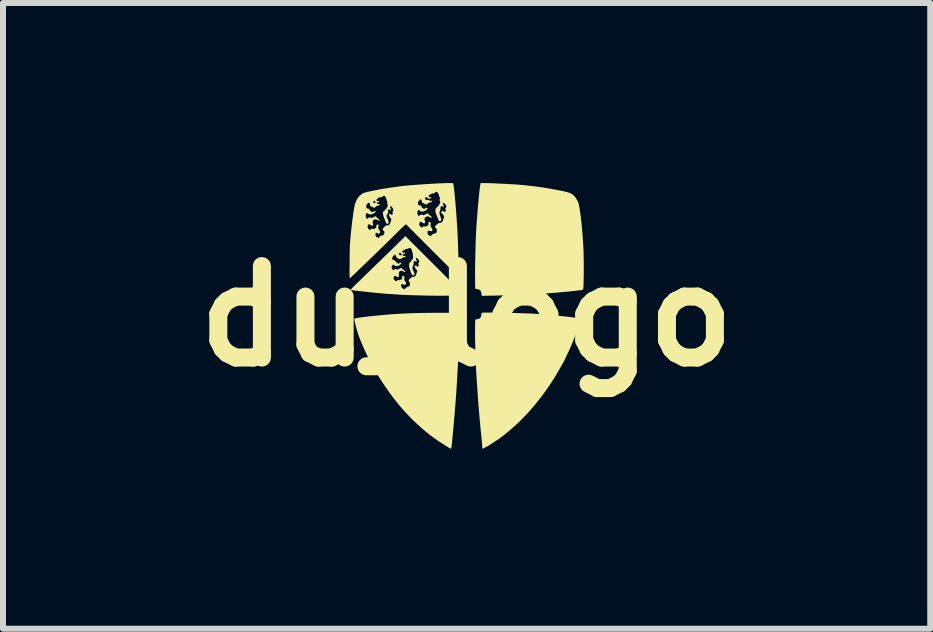
<source format=kicad_pcb>
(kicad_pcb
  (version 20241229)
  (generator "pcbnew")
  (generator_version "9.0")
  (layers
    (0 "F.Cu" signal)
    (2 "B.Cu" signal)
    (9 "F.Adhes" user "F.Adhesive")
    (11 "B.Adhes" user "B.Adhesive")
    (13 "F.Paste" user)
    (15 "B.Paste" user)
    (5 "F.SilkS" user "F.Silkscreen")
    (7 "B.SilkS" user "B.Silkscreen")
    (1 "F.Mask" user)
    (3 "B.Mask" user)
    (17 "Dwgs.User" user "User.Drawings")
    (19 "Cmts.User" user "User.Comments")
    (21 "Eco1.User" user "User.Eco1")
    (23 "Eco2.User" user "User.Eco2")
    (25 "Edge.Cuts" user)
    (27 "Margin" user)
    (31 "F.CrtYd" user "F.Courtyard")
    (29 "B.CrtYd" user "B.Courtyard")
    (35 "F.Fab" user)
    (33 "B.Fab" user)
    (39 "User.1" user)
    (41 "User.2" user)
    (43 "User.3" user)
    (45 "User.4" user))
  (footprint "du_logo"
    (layer "F.Cu")
    (at 4.724 2.218)
    (property "Reference" "du_logo" (at 0 0 0) (layer "F.SilkS") (effects (font (size 1.524 1.524) (thickness 0.3))))
    (attr board_only exclude_from_pos_files exclude_from_bom)
    (fp_poly (pts (xy -0.237 -0.015) (xy -0.231 0.008) (xy -0.225 0.027) (xy -0.221 0.035) (xy -0.21 0.041) (xy -0.191 0.047) (xy -0.175 0.05) (xy -0.137 0.057) (xy -0.137 0.367) (xy -0.138 0.437) (xy -0.138 0.508) (xy -0.139 0.579) (xy -0.141 0.647) (xy -0.142 0.71) (xy -0.143 0.764) (xy -0.145 0.809) (xy -0.146 0.827) (xy -0.158 1.047) (xy -0.171 1.258) (xy -0.186 1.464) (xy -0.203 1.668) (xy -0.221 1.876) (xy -0.227 1.941) (xy -0.234 2.007) (xy -0.239 2.062) (xy -0.243 2.105) (xy -0.247 2.139) (xy -0.25 2.164) (xy -0.253 2.183) (xy -0.255 2.195) (xy -0.258 2.202) (xy -0.26 2.206) (xy -0.263 2.207) (xy -0.265 2.207) (xy -0.273 2.204) (xy -0.289 2.195) (xy -0.311 2.182) (xy -0.333 2.168) (xy -0.482 2.073) (xy -0.623 1.97) (xy -0.758 1.858) (xy -0.89 1.736) (xy -1.019 1.602) (xy -1.068 1.547) (xy -1.144 1.458) (xy -1.218 1.364) (xy -1.292 1.264) (xy -1.368 1.154) (xy -1.415 1.084) (xy -1.433 1.055) (xy -1.456 1.018) (xy -1.482 0.975) (xy -1.509 0.929) (xy -1.536 0.882) (xy -1.562 0.837) (xy -1.586 0.794) (xy -1.607 0.757) (xy -1.622 0.727) (xy -1.631 0.71) (xy -1.642 0.687) (xy -1.656 0.656) (xy -1.672 0.623) (xy -1.681 0.603) (xy -1.702 0.557) (xy -1.725 0.505) (xy -1.749 0.45) (xy -1.77 0.397) (xy -1.789 0.35) (xy -1.796 0.33) (xy -1.805 0.304) (xy -1.815 0.271) (xy -1.826 0.234) (xy -1.837 0.195) (xy -1.848 0.156) (xy -1.857 0.12) (xy -1.864 0.088) (xy -1.87 0.063) (xy -1.872 0.048) (xy -1.872 0.045) (xy -1.863 0.039) (xy -1.842 0.033) (xy -1.807 0.027) (xy -1.759 0.019) (xy -1.698 0.012) (xy -1.624 0.003) (xy -1.537 -0.006) (xy -1.436 -0.015) (xy -1.42 -0.017) (xy -1.309 -0.027) (xy -1.203 -0.035) (xy -1.102 -0.041) (xy -1.001 -0.046) (xy -0.899 -0.05) (xy -0.791 -0.053) (xy -0.676 -0.055) (xy -0.557 -0.056) (xy -0.244 -0.057)) (stroke (width 0) (type solid)) (fill yes) (layer "F.SilkS"))
    (fp_poly (pts (xy 0.292 -2.218) (xy 0.332 -2.218) (xy 0.379 -2.216) (xy 0.432 -2.214) (xy 0.49 -2.212) (xy 0.551 -2.209) (xy 0.613 -2.206) (xy 0.676 -2.203) (xy 0.738 -2.199) (xy 0.797 -2.196) (xy 0.853 -2.192) (xy 0.902 -2.188) (xy 0.945 -2.185) (xy 0.979 -2.181) (xy 0.984 -2.181) (xy 1.011 -2.177) (xy 1.048 -2.173) (xy 1.088 -2.168) (xy 1.127 -2.164) (xy 1.193 -2.155) (xy 1.256 -2.147) (xy 1.32 -2.137) (xy 1.389 -2.125) (xy 1.454 -2.113) (xy 1.523 -2.1) (xy 1.581 -2.089) (xy 1.629 -2.079) (xy 1.667 -2.069) (xy 1.699 -2.06) (xy 1.724 -2.051) (xy 1.745 -2.041) (xy 1.762 -2.03) (xy 1.778 -2.018) (xy 1.782 -2.015) (xy 1.8 -1.995) (xy 1.821 -1.967) (xy 1.84 -1.935) (xy 1.856 -1.905) (xy 1.859 -1.897) (xy 1.867 -1.869) (xy 1.876 -1.83) (xy 1.885 -1.779) (xy 1.894 -1.719) (xy 1.903 -1.651) (xy 1.911 -1.576) (xy 1.92 -1.496) (xy 1.927 -1.411) (xy 1.934 -1.323) (xy 1.94 -1.234) (xy 1.946 -1.145) (xy 1.948 -1.097) (xy 1.949 -1.057) (xy 1.95 -1.009) (xy 1.951 -0.956) (xy 1.952 -0.898) (xy 1.952 -0.838) (xy 1.952 -0.777) (xy 1.952 -0.717) (xy 1.951 -0.659) (xy 1.95 -0.605) (xy 1.949 -0.557) (xy 1.948 -0.516) (xy 1.946 -0.484) (xy 1.945 -0.463) (xy 1.943 -0.455) (xy 1.936 -0.442) (xy 1.928 -0.437) (xy 1.919 -0.436) (xy 1.898 -0.433) (xy 1.868 -0.429) (xy 1.83 -0.425) (xy 1.788 -0.42) (xy 1.76 -0.417) (xy 1.705 -0.411) (xy 1.655 -0.406) (xy 1.607 -0.402) (xy 1.56 -0.398) (xy 1.51 -0.393) (xy 1.454 -0.389) (xy 1.39 -0.384) (xy 1.347 -0.38) (xy 1.309 -0.378) (xy 1.259 -0.375) (xy 1.199 -0.371) (xy 1.131 -0.368) (xy 1.058 -0.365) (xy 0.98 -0.361) (xy 0.899 -0.358) (xy 0.818 -0.355) (xy 0.737 -0.352) (xy 0.66 -0.349) (xy 0.587 -0.346) (xy 0.52 -0.344) (xy 0.462 -0.343) (xy 0.462 -0.343) (xy 0.254 -0.339) (xy 0.251 -0.354) (xy 0.247 -0.372) (xy 0.244 -0.393) (xy 0.244 -0.393) (xy 0.237 -0.418) (xy 0.224 -0.435) (xy 0.202 -0.445) (xy 0.182 -0.45) (xy 0.143 -0.458) (xy 0.141 -0.684) (xy 0.141 -0.748) (xy 0.142 -0.822) (xy 0.143 -0.902) (xy 0.145 -0.987) (xy 0.147 -1.075) (xy 0.149 -1.164) (xy 0.152 -1.25) (xy 0.155 -1.333) (xy 0.159 -1.409) (xy 0.162 -1.477) (xy 0.166 -1.535) (xy 0.167 -1.547) (xy 0.174 -1.635) (xy 0.18 -1.711) (xy 0.185 -1.778) (xy 0.19 -1.837) (xy 0.195 -1.892) (xy 0.2 -1.943) (xy 0.204 -1.993) (xy 0.21 -2.043) (xy 0.211 -2.054) (xy 0.216 -2.098) (xy 0.221 -2.138) (xy 0.225 -2.172) (xy 0.229 -2.197) (xy 0.232 -2.213) (xy 0.233 -2.216) (xy 0.242 -2.218) (xy 0.262 -2.218)) (stroke (width 0) (type solid)) (fill yes) (layer "F.SilkS"))
    (fp_poly (pts (xy 0.384 -0.06) (xy 0.435 -0.059) (xy 0.498 -0.059) (xy 0.572 -0.058) (xy 0.579 -0.058) (xy 0.717 -0.055) (xy 0.844 -0.052) (xy 0.961 -0.048) (xy 1.068 -0.044) (xy 1.168 -0.038) (xy 1.262 -0.032) (xy 1.352 -0.024) (xy 1.397 -0.02) (xy 1.429 -0.017) (xy 1.47 -0.013) (xy 1.514 -0.009) (xy 1.557 -0.004) (xy 1.565 -0.003) (xy 1.624 0.003) (xy 1.681 0.009) (xy 1.734 0.015) (xy 1.781 0.021) (xy 1.821 0.027) (xy 1.852 0.032) (xy 1.873 0.036) (xy 1.882 0.039) (xy 1.883 0.039) (xy 1.884 0.048) (xy 1.881 0.068) (xy 1.876 0.095) (xy 1.868 0.128) (xy 1.858 0.165) (xy 1.848 0.203) (xy 1.837 0.237) (xy 1.828 0.267) (xy 1.818 0.298) (xy 1.811 0.32) (xy 1.802 0.346) (xy 1.788 0.382) (xy 1.771 0.424) (xy 1.752 0.469) (xy 1.733 0.515) (xy 1.713 0.558) (xy 1.696 0.596) (xy 1.687 0.613) (xy 1.672 0.645) (xy 1.657 0.676) (xy 1.645 0.703) (xy 1.64 0.714) (xy 1.628 0.74) (xy 1.613 0.768) (xy 1.606 0.78) (xy 1.593 0.803) (xy 1.577 0.83) (xy 1.566 0.851) (xy 1.472 1.012) (xy 1.368 1.172) (xy 1.257 1.327) (xy 1.139 1.476) (xy 1.016 1.617) (xy 0.891 1.746) (xy 0.86 1.776) (xy 0.824 1.81) (xy 0.781 1.848) (xy 0.736 1.887) (xy 0.69 1.926) (xy 0.644 1.963) (xy 0.603 1.996) (xy 0.567 2.024) (xy 0.547 2.038) (xy 0.528 2.051) (xy 0.503 2.068) (xy 0.475 2.086) (xy 0.448 2.104) (xy 0.425 2.119) (xy 0.409 2.129) (xy 0.408 2.131) (xy 0.382 2.147) (xy 0.356 2.162) (xy 0.333 2.175) (xy 0.316 2.184) (xy 0.307 2.187) (xy 0.307 2.187) (xy 0.299 2.192) (xy 0.293 2.197) (xy 0.28 2.206) (xy 0.267 2.205) (xy 0.265 2.203) (xy 0.262 2.194) (xy 0.26 2.177) (xy 0.26 2.17) (xy 0.259 2.155) (xy 0.257 2.129) (xy 0.255 2.095) (xy 0.251 2.056) (xy 0.247 2.02) (xy 0.239 1.937) (xy 0.23 1.848) (xy 0.221 1.752) (xy 0.212 1.645) (xy 0.204 1.554) (xy 0.201 1.523) (xy 0.199 1.491) (xy 0.196 1.458) (xy 0.193 1.421) (xy 0.19 1.38) (xy 0.187 1.332) (xy 0.183 1.277) (xy 0.179 1.213) (xy 0.174 1.138) (xy 0.168 1.052) (xy 0.167 1.037) (xy 0.162 0.958) (xy 0.157 0.871) (xy 0.153 0.779) (xy 0.15 0.684) (xy 0.147 0.59) (xy 0.144 0.498) (xy 0.142 0.412) (xy 0.141 0.333) (xy 0.141 0.265) (xy 0.141 0.253) (xy 0.143 0.057) (xy 0.182 0.049) (xy 0.21 0.041) (xy 0.228 0.03) (xy 0.238 0.012) (xy 0.244 -0.013) (xy 0.247 -0.034) (xy 0.25 -0.049) (xy 0.251 -0.053) (xy 0.253 -0.055) (xy 0.259 -0.057) (xy 0.27 -0.058) (xy 0.287 -0.059) (xy 0.311 -0.06) (xy 0.343 -0.06)) (stroke (width 0) (type solid)) (fill yes) (layer "F.SilkS"))
    (fp_poly (pts (xy -0.583 -0.897) (xy -0.517 -0.832) (xy -0.455 -0.769) (xy -0.397 -0.711) (xy -0.343 -0.657) (xy -0.295 -0.608) (xy -0.253 -0.564) (xy -0.217 -0.527) (xy -0.188 -0.497) (xy -0.167 -0.474) (xy -0.154 -0.46) (xy -0.15 -0.454) (xy -0.15 -0.454) (xy -0.159 -0.449) (xy -0.175 -0.447) (xy -0.18 -0.447) (xy -0.206 -0.442) (xy -0.223 -0.429) (xy -0.234 -0.404) (xy -0.237 -0.389) (xy -0.24 -0.368) (xy -0.243 -0.353) (xy -0.244 -0.348) (xy -0.251 -0.346) (xy -0.27 -0.344) (xy -0.301 -0.343) (xy -0.342 -0.342) (xy -0.392 -0.341) (xy -0.45 -0.341) (xy -0.514 -0.341) (xy -0.585 -0.342) (xy -0.66 -0.343) (xy -0.738 -0.345) (xy -0.82 -0.347) (xy -0.834 -0.347) (xy -0.888 -0.349) (xy -0.946 -0.351) (xy -1.003 -0.353) (xy -1.056 -0.356) (xy -1.101 -0.358) (xy -1.117 -0.359) (xy -1.16 -0.362) (xy -1.204 -0.365) (xy -1.244 -0.368) (xy -1.278 -0.37) (xy -1.29 -0.37) (xy -1.336 -0.373) (xy -1.388 -0.378) (xy -1.448 -0.383) (xy -1.515 -0.389) (xy -1.592 -0.397) (xy -1.679 -0.407) (xy -1.777 -0.417) (xy -1.869 -0.428) (xy -1.896 -0.432) (xy -1.918 -0.435) (xy -1.931 -0.439) (xy -1.934 -0.44) (xy -1.929 -0.446) (xy -1.916 -0.46) (xy -1.895 -0.481) (xy -1.868 -0.508) (xy -1.835 -0.541) (xy -1.797 -0.577) (xy -1.756 -0.617) (xy -1.739 -0.634) (xy -1.692 -0.679) (xy -1.645 -0.725) (xy -1.599 -0.77) (xy -1.555 -0.812) (xy -1.549 -0.818) (xy -1.25 -0.818) (xy -1.25 -0.806) (xy -1.243 -0.791) (xy -1.242 -0.789) (xy -1.229 -0.772) (xy -1.215 -0.767) (xy -1.201 -0.776) (xy -1.2 -0.777) (xy -1.186 -0.786) (xy -1.169 -0.784) (xy -1.162 -0.779) (xy -1.15 -0.777) (xy -1.131 -0.783) (xy -1.105 -0.798) (xy -1.098 -0.802) (xy -1.088 -0.806) (xy -1.08 -0.8) (xy -1.079 -0.798) (xy -1.07 -0.788) (xy -1.054 -0.775) (xy -1.047 -0.77) (xy -1.031 -0.758) (xy -1.021 -0.747) (xy -1.02 -0.743) (xy -1.023 -0.735) (xy -1.025 -0.735) (xy -1.034 -0.738) (xy -1.051 -0.745) (xy -1.062 -0.75) (xy -1.081 -0.757) (xy -1.093 -0.759) (xy -1.102 -0.756) (xy -1.112 -0.749) (xy -1.122 -0.74) (xy -1.127 -0.73) (xy -1.129 -0.715) (xy -1.128 -0.694) (xy -1.129 -0.667) (xy -1.134 -0.652) (xy -1.143 -0.649) (xy -1.159 -0.656) (xy -1.166 -0.66) (xy -1.186 -0.671) (xy -1.201 -0.67) (xy -1.211 -0.657) (xy -1.215 -0.645) (xy -1.217 -0.627) (xy -1.214 -0.615) (xy -1.202 -0.602) (xy -1.2 -0.6) (xy -1.185 -0.586) (xy -1.175 -0.581) (xy -1.167 -0.585) (xy -1.156 -0.594) (xy -1.143 -0.603) (xy -1.132 -0.603) (xy -1.128 -0.601) (xy -1.116 -0.597) (xy -1.107 -0.604) (xy -1.093 -0.612) (xy -1.086 -0.613) (xy -1.077 -0.616) (xy -1.075 -0.625) (xy -1.075 -0.638) (xy -1.073 -0.658) (xy -1.065 -0.67) (xy -1.053 -0.672) (xy -1.044 -0.667) (xy -1.037 -0.657) (xy -1.036 -0.641) (xy -1.037 -0.63) (xy -1.039 -0.61) (xy -1.034 -0.595) (xy -1.024 -0.582) (xy -1.01 -0.56) (xy -1.008 -0.542) (xy -1.018 -0.529) (xy -1.023 -0.526) (xy -1.038 -0.522) (xy -1.054 -0.529) (xy -1.055 -0.529) (xy -1.068 -0.536) (xy -1.078 -0.534) (xy -1.084 -0.531) (xy -1.092 -0.522) (xy -1.092 -0.512) (xy -1.088 -0.504) (xy -1.084 -0.489) (xy -1.084 -0.48) (xy -1.081 -0.473) (xy -1.071 -0.467) (xy -1.057 -0.46) (xy -1.051 -0.454) (xy -1.041 -0.447) (xy -1.027 -0.453) (xy -1.015 -0.467) (xy -1 -0.481) (xy -0.986 -0.487) (xy -0.985 -0.487) (xy -0.965 -0.493) (xy -0.95 -0.508) (xy -0.942 -0.528) (xy -0.942 -0.549) (xy -0.951 -0.568) (xy -0.953 -0.57) (xy -0.964 -0.583) (xy -0.965 -0.597) (xy -0.956 -0.613) (xy -0.942 -0.628) (xy -0.924 -0.644) (xy -0.908 -0.652) (xy -0.893 -0.654) (xy -0.87 -0.658) (xy -0.852 -0.673) (xy -0.839 -0.7) (xy -0.836 -0.709) (xy -0.83 -0.73) (xy -0.824 -0.749) (xy -0.823 -0.752) (xy -0.822 -0.765) (xy -0.83 -0.771) (xy -0.833 -0.771) (xy -0.844 -0.78) (xy -0.847 -0.788) (xy -0.851 -0.8) (xy -0.857 -0.804) (xy -0.865 -0.814) (xy -0.866 -0.828) (xy -0.859 -0.839) (xy -0.846 -0.846) (xy -0.835 -0.842) (xy -0.832 -0.834) (xy -0.825 -0.822) (xy -0.815 -0.823) (xy -0.803 -0.836) (xy -0.797 -0.85) (xy -0.799 -0.862) (xy -0.801 -0.866) (xy -0.806 -0.878) (xy -0.801 -0.889) (xy -0.798 -0.892) (xy -0.789 -0.907) (xy -0.789 -0.923) (xy -0.801 -0.942) (xy -0.808 -0.95) (xy -0.826 -0.967) (xy -0.839 -0.973) (xy -0.846 -0.968) (xy -0.845 -0.955) (xy -0.836 -0.933) (xy -0.828 -0.917) (xy -0.831 -0.909) (xy -0.843 -0.91) (xy -0.85 -0.914) (xy -0.864 -0.919) (xy -0.873 -0.916) (xy -0.878 -0.912) (xy -0.886 -0.9) (xy -0.882 -0.886) (xy -0.88 -0.873) (xy -0.883 -0.858) (xy -0.891 -0.841) (xy -0.901 -0.82) (xy -0.903 -0.8) (xy -0.898 -0.779) (xy -0.885 -0.752) (xy -0.883 -0.748) (xy -0.871 -0.723) (xy -0.868 -0.705) (xy -0.873 -0.692) (xy -0.879 -0.685) (xy -0.89 -0.677) (xy -0.9 -0.681) (xy -0.902 -0.682) (xy -0.911 -0.694) (xy -0.922 -0.716) (xy -0.934 -0.745) (xy -0.944 -0.776) (xy -0.953 -0.806) (xy -0.958 -0.832) (xy -0.958 -0.837) (xy -0.959 -0.86) (xy -0.958 -0.875) (xy -0.951 -0.887) (xy -0.937 -0.903) (xy -0.934 -0.906) (xy -0.907 -0.939) (xy -0.893 -0.966) (xy -0.89 -0.988) (xy -0.892 -0.997) (xy -0.897 -1.016) (xy -0.896 -1.033) (xy -0.896 -1.048) (xy -0.9 -1.057) (xy -0.905 -1.066) (xy -0.907 -1.077) (xy -0.912 -1.104) (xy -0.926 -1.125) (xy -0.938 -1.134) (xy -0.951 -1.139) (xy -0.962 -1.135) (xy -0.966 -1.131) (xy -0.981 -1.123) (xy -0.999 -1.12) (xy -1.015 -1.118) (xy -1.024 -1.113) (xy -1.024 -1.113) (xy -1.033 -1.106) (xy -1.048 -1.097) (xy -1.051 -1.096) (xy -1.067 -1.088) (xy -1.073 -1.079) (xy -1.07 -1.066) (xy -1.07 -1.064) (xy -1.062 -1.057) (xy -1.046 -1.058) (xy -1.033 -1.059) (xy -1.027 -1.054) (xy -1.027 -1.048) (xy -1.029 -1.038) (xy -1.039 -1.034) (xy -1.05 -1.034) (xy -1.074 -1.034) (xy -1.063 -1.017) (xy -1.052 -1.005) (xy -1.039 -1.003) (xy -1.033 -1.004) (xy -1.019 -1.005) (xy -1.014 -1.002) (xy -1.014 -1.002) (xy -1.02 -0.99) (xy -1.034 -0.982) (xy -1.047 -0.98) (xy -1.064 -0.976) (xy -1.082 -0.965) (xy -1.084 -0.963) (xy -1.099 -0.952) (xy -1.115 -0.95) (xy -1.134 -0.956) (xy -1.151 -0.966) (xy -1.17 -0.984) (xy -1.176 -1) (xy -1.182 -1.015) (xy -1.191 -1.024) (xy -1.2 -1.027) (xy -1.206 -1.021) (xy -1.212 -1.011) (xy -1.224 -0.998) (xy -1.225 -0.998) (xy -1.237 -0.981) (xy -1.239 -0.962) (xy -1.239 -0.96) (xy -1.236 -0.944) (xy -1.228 -0.937) (xy -1.215 -0.935) (xy -1.197 -0.93) (xy -1.189 -0.921) (xy -1.181 -0.909) (xy -1.167 -0.894) (xy -1.152 -0.881) (xy -1.14 -0.874) (xy -1.137 -0.874) (xy -1.126 -0.878) (xy -1.12 -0.884) (xy -1.109 -0.891) (xy -1.096 -0.893) (xy -1.088 -0.889) (xy -1.087 -0.885) (xy -1.092 -0.873) (xy -1.106 -0.859) (xy -1.123 -0.846) (xy -1.132 -0.841) (xy -1.158 -0.834) (xy -1.185 -0.837) (xy -1.205 -0.847) (xy -1.221 -0.857) (xy -1.23 -0.858) (xy -1.238 -0.847) (xy -1.244 -0.835) (xy -1.25 -0.818) (xy -1.549 -0.818) (xy -1.516 -0.85) (xy -1.483 -0.882) (xy -1.458 -0.906) (xy -1.457 -0.907) (xy -1.422 -0.941) (xy -1.381 -0.981) (xy -1.339 -1.022) (xy -1.324 -1.036) (xy -1.127 -1.036) (xy -1.124 -1.023) (xy -1.116 -1.016) (xy -1.101 -1.014) (xy -1.088 -1.016) (xy -1.084 -1.02) (xy -1.084 -1.031) (xy -1.091 -1.044) (xy -1.102 -1.055) (xy -1.113 -1.059) (xy -1.113 -1.059) (xy -1.123 -1.051) (xy -1.127 -1.036) (xy -1.324 -1.036) (xy -1.298 -1.062) (xy -1.275 -1.084) (xy -1.238 -1.12) (xy -1.198 -1.159) (xy -1.157 -1.199) (xy -1.121 -1.235) (xy -1.1 -1.255) (xy -1.02 -1.334)) (stroke (width 0) (type solid)) (fill yes) (layer "F.SilkS"))
    (fp_poly (pts (xy -0.249 -2.218) (xy -0.23 -2.216) (xy -0.225 -2.215) (xy -0.222 -2.205) (xy -0.218 -2.184) (xy -0.213 -2.152) (xy -0.208 -2.11) (xy -0.202 -2.06) (xy -0.197 -2.003) (xy -0.191 -1.94) (xy -0.185 -1.873) (xy -0.179 -1.802) (xy -0.173 -1.729) (xy -0.168 -1.655) (xy -0.163 -1.581) (xy -0.158 -1.51) (xy -0.154 -1.441) (xy -0.153 -1.424) (xy -0.15 -1.362) (xy -0.147 -1.297) (xy -0.145 -1.229) (xy -0.142 -1.16) (xy -0.14 -1.09) (xy -0.138 -1.021) (xy -0.136 -0.955) (xy -0.135 -0.892) (xy -0.134 -0.834) (xy -0.133 -0.783) (xy -0.133 -0.738) (xy -0.133 -0.703) (xy -0.134 -0.677) (xy -0.135 -0.663) (xy -0.136 -0.66) (xy -0.141 -0.665) (xy -0.155 -0.678) (xy -0.176 -0.699) (xy -0.205 -0.727) (xy -0.239 -0.761) (xy -0.279 -0.801) (xy -0.323 -0.845) (xy -0.371 -0.893) (xy -0.422 -0.943) (xy -0.475 -0.996) (xy -0.529 -1.05) (xy -0.584 -1.105) (xy -0.638 -1.159) (xy -0.691 -1.212) (xy -0.742 -1.263) (xy -0.789 -1.311) (xy -0.834 -1.355) (xy -0.873 -1.395) (xy -0.908 -1.43) (xy -0.936 -1.458) (xy -0.957 -1.48) (xy -0.97 -1.493) (xy -0.975 -1.498) (xy -0.989 -1.514) (xy -1.002 -1.526) (xy -1.007 -1.53) (xy -1.015 -1.528) (xy -1.031 -1.515) (xy -1.056 -1.493) (xy -1.09 -1.461) (xy -1.115 -1.436) (xy -1.164 -1.388) (xy -1.208 -1.344) (xy -1.247 -1.305) (xy -1.284 -1.269) (xy -1.32 -1.234) (xy -1.356 -1.199) (xy -1.393 -1.162) (xy -1.433 -1.124) (xy -1.477 -1.081) (xy -1.526 -1.033) (xy -1.582 -0.979) (xy -1.647 -0.916) (xy -1.651 -0.912) (xy -1.703 -0.862) (xy -1.752 -0.815) (xy -1.797 -0.772) (xy -1.837 -0.733) (xy -1.872 -0.699) (xy -1.901 -0.672) (xy -1.923 -0.651) (xy -1.937 -0.638) (xy -1.942 -0.633) (xy -1.948 -0.636) (xy -1.949 -0.644) (xy -1.949 -0.663) (xy -1.95 -0.692) (xy -1.95 -0.729) (xy -1.95 -0.772) (xy -1.95 -0.821) (xy -1.949 -0.873) (xy -1.949 -0.926) (xy -1.949 -0.979) (xy -1.948 -1.03) (xy -1.947 -1.078) (xy -1.946 -1.12) (xy -1.945 -1.156) (xy -1.945 -1.183) (xy -1.944 -1.194) (xy -1.939 -1.257) (xy -1.933 -1.325) (xy -1.926 -1.397) (xy -1.918 -1.471) (xy -1.91 -1.544) (xy -1.901 -1.615) (xy -1.892 -1.678) (xy -1.683 -1.678) (xy -1.682 -1.661) (xy -1.674 -1.641) (xy -1.662 -1.621) (xy -1.656 -1.623) (xy -1.644 -1.63) (xy -1.641 -1.633) (xy -1.623 -1.644) (xy -1.611 -1.646) (xy -1.597 -1.641) (xy -1.594 -1.639) (xy -1.582 -1.634) (xy -1.573 -1.639) (xy -1.559 -1.646) (xy -1.552 -1.647) (xy -1.54 -1.652) (xy -1.536 -1.657) (xy -1.528 -1.666) (xy -1.516 -1.663) (xy -1.499 -1.649) (xy -1.483 -1.633) (xy -1.465 -1.619) (xy -1.465 -1.618) (xy -1.45 -1.606) (xy -1.447 -1.597) (xy -1.454 -1.594) (xy -1.469 -1.597) (xy -1.485 -1.604) (xy -1.512 -1.613) (xy -1.535 -1.612) (xy -1.553 -1.601) (xy -1.564 -1.583) (xy -1.564 -1.561) (xy -1.56 -1.536) (xy -1.559 -1.521) (xy -1.561 -1.513) (xy -1.566 -1.509) (xy -1.57 -1.508) (xy -1.583 -1.51) (xy -1.6 -1.519) (xy -1.602 -1.52) (xy -1.621 -1.531) (xy -1.635 -1.53) (xy -1.644 -1.517) (xy -1.648 -1.502) (xy -1.65 -1.483) (xy -1.646 -1.47) (xy -1.635 -1.455) (xy -1.633 -1.453) (xy -1.613 -1.432) (xy -1.598 -1.446) (xy -1.579 -1.459) (xy -1.563 -1.458) (xy -1.555 -1.452) (xy -1.546 -1.448) (xy -1.538 -1.455) (xy -1.538 -1.455) (xy -1.526 -1.465) (xy -1.518 -1.467) (xy -1.511 -1.468) (xy -1.507 -1.474) (xy -1.505 -1.487) (xy -1.504 -1.504) (xy -1.502 -1.518) (xy -1.492 -1.525) (xy -1.485 -1.526) (xy -1.466 -1.528) (xy -1.47 -1.495) (xy -1.472 -1.473) (xy -1.47 -1.458) (xy -1.461 -1.443) (xy -1.458 -1.438) (xy -1.444 -1.414) (xy -1.442 -1.394) (xy -1.451 -1.38) (xy -1.46 -1.375) (xy -1.472 -1.377) (xy -1.484 -1.382) (xy -1.499 -1.389) (xy -1.508 -1.388) (xy -1.514 -1.384) (xy -1.519 -1.37) (xy -1.518 -1.353) (xy -1.514 -1.335) (xy -1.507 -1.323) (xy -1.501 -1.32) (xy -1.486 -1.316) (xy -1.481 -1.31) (xy -1.469 -1.305) (xy -1.456 -1.31) (xy -1.446 -1.322) (xy -1.444 -1.327) (xy -1.434 -1.338) (xy -1.422 -1.341) (xy -1.395 -1.346) (xy -1.378 -1.36) (xy -1.37 -1.383) (xy -1.37 -1.386) (xy -1.369 -1.405) (xy -1.374 -1.416) (xy -1.384 -1.424) (xy -1.396 -1.435) (xy -1.399 -1.447) (xy -1.392 -1.462) (xy -1.375 -1.482) (xy -1.367 -1.489) (xy -1.348 -1.506) (xy -1.336 -1.515) (xy -1.328 -1.516) (xy -1.324 -1.514) (xy -1.311 -1.51) (xy -1.296 -1.518) (xy -1.281 -1.535) (xy -1.269 -1.559) (xy -1.265 -1.57) (xy -1.257 -1.597) (xy -1.254 -1.614) (xy -1.256 -1.625) (xy -1.261 -1.631) (xy -1.262 -1.632) (xy -1.275 -1.645) (xy -1.286 -1.664) (xy -1.293 -1.682) (xy -1.294 -1.687) (xy -1.289 -1.701) (xy -1.278 -1.706) (xy -1.266 -1.7) (xy -1.263 -1.697) (xy -1.252 -1.689) (xy -1.24 -1.691) (xy -1.231 -1.701) (xy -1.228 -1.714) (xy -1.228 -1.715) (xy -0.825 -1.715) (xy -0.818 -1.704) (xy -0.809 -1.69) (xy -0.807 -1.68) (xy -0.804 -1.669) (xy -0.796 -1.669) (xy -0.78 -1.679) (xy -0.776 -1.683) (xy -0.762 -1.693) (xy -0.753 -1.695) (xy -0.741 -1.69) (xy -0.74 -1.689) (xy -0.729 -1.684) (xy -0.719 -1.683) (xy -0.705 -1.688) (xy -0.687 -1.697) (xy -0.651 -1.714) (xy -0.631 -1.695) (xy -0.614 -1.68) (xy -0.598 -1.669) (xy -0.595 -1.668) (xy -0.585 -1.659) (xy -0.58 -1.649) (xy -0.582 -1.642) (xy -0.586 -1.64) (xy -0.595 -1.643) (xy -0.612 -1.649) (xy -0.622 -1.654) (xy -0.642 -1.662) (xy -0.656 -1.663) (xy -0.669 -1.66) (xy -0.67 -1.659) (xy -0.686 -1.647) (xy -0.697 -1.633) (xy -0.703 -1.619) (xy -0.702 -1.606) (xy -0.696 -1.59) (xy -0.691 -1.572) (xy -0.689 -1.558) (xy -0.69 -1.556) (xy -0.699 -1.549) (xy -0.714 -1.548) (xy -0.733 -1.555) (xy -0.74 -1.56) (xy -0.756 -1.57) (xy -0.768 -1.574) (xy -0.775 -1.572) (xy -0.78 -1.567) (xy -0.784 -1.554) (xy -0.789 -1.531) (xy -0.79 -1.525) (xy -0.787 -1.513) (xy -0.78 -1.507) (xy -0.769 -1.497) (xy -0.767 -1.491) (xy -0.763 -1.479) (xy -0.751 -1.477) (xy -0.734 -1.486) (xy -0.732 -1.487) (xy -0.716 -1.497) (xy -0.704 -1.497) (xy -0.697 -1.495) (xy -0.683 -1.491) (xy -0.674 -1.497) (xy -0.662 -1.505) (xy -0.649 -1.51) (xy -0.638 -1.515) (xy -0.635 -1.523) (xy -0.636 -1.536) (xy -0.636 -1.557) (xy -0.629 -1.569) (xy -0.615 -1.57) (xy -0.607 -1.567) (xy -0.596 -1.558) (xy -0.597 -1.545) (xy -0.602 -1.514) (xy -0.593 -1.486) (xy -0.584 -1.472) (xy -0.571 -1.451) (xy -0.568 -1.435) (xy -0.575 -1.422) (xy -0.577 -1.42) (xy -0.588 -1.415) (xy -0.602 -1.417) (xy -0.61 -1.419) (xy -0.633 -1.425) (xy -0.646 -1.421) (xy -0.651 -1.408) (xy -0.65 -1.388) (xy -0.647 -1.37) (xy -0.645 -1.359) (xy -0.645 -1.357) (xy -0.639 -1.354) (xy -0.626 -1.347) (xy -0.623 -1.346) (xy -0.607 -1.337) (xy -0.598 -1.336) (xy -0.589 -1.342) (xy -0.579 -1.354) (xy -0.564 -1.367) (xy -0.551 -1.373) (xy -0.548 -1.374) (xy -0.533 -1.377) (xy -0.516 -1.383) (xy -0.504 -1.392) (xy -0.498 -1.404) (xy -0.496 -1.423) (xy -0.496 -1.444) (xy -0.5 -1.455) (xy -0.51 -1.464) (xy -0.51 -1.465) (xy -0.524 -1.479) (xy -0.525 -1.496) (xy -0.513 -1.512) (xy -0.512 -1.512) (xy -0.497 -1.526) (xy -0.483 -1.539) (xy -0.463 -1.551) (xy -0.448 -1.553) (xy -0.425 -1.557) (xy -0.406 -1.572) (xy -0.393 -1.596) (xy -0.39 -1.608) (xy -0.386 -1.625) (xy -0.381 -1.636) (xy -0.38 -1.637) (xy -0.374 -1.648) (xy -0.374 -1.662) (xy -0.38 -1.675) (xy -0.385 -1.679) (xy -0.395 -1.689) (xy -0.397 -1.697) (xy -0.402 -1.709) (xy -0.412 -1.713) (xy -0.424 -1.716) (xy -0.425 -1.723) (xy -0.418 -1.737) (xy -0.413 -1.743) (xy -0.4 -1.757) (xy -0.391 -1.759) (xy -0.384 -1.75) (xy -0.383 -1.747) (xy -0.375 -1.736) (xy -0.364 -1.736) (xy -0.351 -1.748) (xy -0.351 -1.748) (xy -0.344 -1.76) (xy -0.346 -1.769) (xy -0.351 -1.775) (xy -0.357 -1.783) (xy -0.356 -1.792) (xy -0.347 -1.805) (xy -0.338 -1.825) (xy -0.341 -1.845) (xy -0.356 -1.866) (xy -0.367 -1.876) (xy -0.384 -1.888) (xy -0.395 -1.888) (xy -0.398 -1.879) (xy -0.391 -1.86) (xy -0.391 -1.86) (xy -0.383 -1.841) (xy -0.38 -1.826) (xy -0.383 -1.821) (xy -0.384 -1.82) (xy -0.391 -1.824) (xy -0.4 -1.829) (xy -0.417 -1.834) (xy -0.429 -1.827) (xy -0.435 -1.81) (xy -0.435 -1.797) (xy -0.437 -1.768) (xy -0.445 -1.749) (xy -0.451 -1.736) (xy -0.453 -1.724) (xy -0.451 -1.709) (xy -0.446 -1.689) (xy -0.438 -1.663) (xy -0.43 -1.64) (xy -0.426 -1.629) (xy -0.421 -1.606) (xy -0.428 -1.59) (xy -0.444 -1.582) (xy -0.445 -1.582) (xy -0.454 -1.583) (xy -0.462 -1.591) (xy -0.47 -1.61) (xy -0.472 -1.615) (xy -0.483 -1.642) (xy -0.496 -1.672) (xy -0.503 -1.689) (xy -0.515 -1.723) (xy -0.52 -1.754) (xy -0.52 -1.759) (xy -0.519 -1.776) (xy -0.515 -1.789) (xy -0.506 -1.802) (xy -0.489 -1.819) (xy -0.487 -1.821) (xy -0.47 -1.838) (xy -0.458 -1.852) (xy -0.453 -1.86) (xy -0.453 -1.86) (xy -0.45 -1.871) (xy -0.444 -1.883) (xy -0.438 -1.895) (xy -0.439 -1.906) (xy -0.444 -1.917) (xy -0.45 -1.934) (xy -0.448 -1.948) (xy -0.446 -1.951) (xy -0.442 -1.965) (xy -0.448 -1.98) (xy -0.449 -1.981) (xy -0.457 -1.999) (xy -0.463 -2.02) (xy -0.469 -2.039) (xy -0.48 -2.057) (xy -0.493 -2.07) (xy -0.502 -2.074) (xy -0.51 -2.07) (xy -0.525 -2.06) (xy -0.536 -2.052) (xy -0.55 -2.042) (xy -0.557 -2.037) (xy -0.558 -2.039) (xy -0.557 -2.046) (xy -0.565 -2.047) (xy -0.579 -2.043) (xy -0.592 -2.035) (xy -0.609 -2.025) (xy -0.622 -2.018) (xy -0.632 -2.009) (xy -0.632 -1.999) (xy -0.627 -1.988) (xy -0.614 -1.982) (xy -0.608 -1.982) (xy -0.593 -1.978) (xy -0.588 -1.971) (xy -0.588 -1.968) (xy -0.596 -1.961) (xy -0.611 -1.958) (xy -0.63 -1.96) (xy -0.648 -1.966) (xy -0.66 -1.976) (xy -0.67 -1.985) (xy -0.678 -1.985) (xy -0.683 -1.981) (xy -0.693 -1.967) (xy -0.693 -1.952) (xy -0.683 -1.941) (xy -0.665 -1.936) (xy -0.651 -1.937) (xy -0.634 -1.938) (xy -0.624 -1.933) (xy -0.62 -1.927) (xy -0.612 -1.918) (xy -0.601 -1.92) (xy -0.6 -1.92) (xy -0.585 -1.926) (xy -0.575 -1.926) (xy -0.574 -1.922) (xy -0.58 -1.908) (xy -0.6 -1.897) (xy -0.614 -1.893) (xy -0.635 -1.886) (xy -0.651 -1.876) (xy -0.655 -1.872) (xy -0.666 -1.858) (xy -0.705 -1.874) (xy -0.726 -1.885) (xy -0.739 -1.893) (xy -0.744 -1.903) (xy -0.746 -1.911) (xy -0.751 -1.931) (xy -0.76 -1.943) (xy -0.771 -1.948) (xy -0.78 -1.942) (xy -0.783 -1.934) (xy -0.793 -1.921) (xy -0.8 -1.917) (xy -0.808 -1.911) (xy -0.811 -1.897) (xy -0.811 -1.889) (xy -0.808 -1.865) (xy -0.801 -1.852) (xy -0.787 -1.847) (xy -0.78 -1.847) (xy -0.766 -1.844) (xy -0.757 -1.833) (xy -0.755 -1.827) (xy -0.747 -1.813) (xy -0.738 -1.807) (xy -0.737 -1.807) (xy -0.728 -1.802) (xy -0.727 -1.797) (xy -0.722 -1.789) (xy -0.708 -1.788) (xy -0.689 -1.795) (xy -0.681 -1.799) (xy -0.666 -1.806) (xy -0.656 -1.805) (xy -0.653 -1.802) (xy -0.65 -1.792) (xy -0.659 -1.778) (xy -0.678 -1.764) (xy -0.697 -1.754) (xy -0.729 -1.742) (xy -0.755 -1.742) (xy -0.775 -1.753) (xy -0.779 -1.758) (xy -0.794 -1.77) (xy -0.805 -1.77) (xy -0.812 -1.759) (xy -0.812 -1.757) (xy -0.817 -1.74) (xy -0.821 -1.729) (xy -0.825 -1.715) (xy -1.228 -1.715) (xy -1.232 -1.727) (xy -1.236 -1.739) (xy -1.23 -1.747) (xy -1.222 -1.76) (xy -1.22 -1.772) (xy -1.224 -1.787) (xy -1.234 -1.805) (xy -1.246 -1.821) (xy -1.259 -1.832) (xy -1.264 -1.834) (xy -1.271 -1.828) (xy -1.274 -1.816) (xy -1.272 -1.804) (xy -1.267 -1.797) (xy -1.262 -1.789) (xy -1.26 -1.777) (xy -1.263 -1.768) (xy -1.266 -1.767) (xy -1.275 -1.771) (xy -1.278 -1.774) (xy -1.29 -1.779) (xy -1.3 -1.777) (xy -1.311 -1.768) (xy -1.313 -1.753) (xy -1.307 -1.741) (xy -1.306 -1.729) (xy -1.315 -1.709) (xy -1.319 -1.702) (xy -1.336 -1.672) (xy -1.324 -1.638) (xy -1.316 -1.618) (xy -1.309 -1.602) (xy -1.306 -1.597) (xy -1.301 -1.584) (xy -1.301 -1.565) (xy -1.305 -1.548) (xy -1.31 -1.54) (xy -1.32 -1.536) (xy -1.33 -1.541) (xy -1.334 -1.544) (xy -1.344 -1.556) (xy -1.347 -1.565) (xy -1.35 -1.576) (xy -1.357 -1.594) (xy -1.367 -1.617) (xy -1.368 -1.619) (xy -1.379 -1.648) (xy -1.388 -1.677) (xy -1.392 -1.699) (xy -1.396 -1.735) (xy -1.361 -1.767) (xy -1.344 -1.784) (xy -1.332 -1.799) (xy -1.327 -1.808) (xy -1.327 -1.808) (xy -1.323 -1.82) (xy -1.317 -1.83) (xy -1.311 -1.84) (xy -1.313 -1.852) (xy -1.317 -1.861) (xy -1.324 -1.88) (xy -1.321 -1.893) (xy -1.318 -1.906) (xy -1.323 -1.913) (xy -1.33 -1.924) (xy -1.335 -1.942) (xy -1.336 -1.948) (xy -1.341 -1.968) (xy -1.352 -1.987) (xy -1.364 -2.002) (xy -1.375 -2.007) (xy -1.385 -2.003) (xy -1.398 -1.994) (xy -1.399 -1.994) (xy -1.415 -1.985) (xy -1.428 -1.984) (xy -1.442 -1.983) (xy -1.459 -1.975) (xy -1.475 -1.965) (xy -1.489 -1.958) (xy -1.498 -1.949) (xy -1.5 -1.938) (xy -1.498 -1.922) (xy -1.49 -1.917) (xy -1.48 -1.921) (xy -1.468 -1.923) (xy -1.459 -1.917) (xy -1.458 -1.907) (xy -1.463 -1.901) (xy -1.472 -1.897) (xy -1.476 -1.898) (xy -1.485 -1.9) (xy -1.49 -1.898) (xy -1.497 -1.893) (xy -1.495 -1.882) (xy -1.494 -1.88) (xy -1.485 -1.871) (xy -1.472 -1.87) (xy -1.467 -1.871) (xy -1.452 -1.872) (xy -1.447 -1.867) (xy -1.447 -1.865) (xy -1.453 -1.853) (xy -1.467 -1.844) (xy -1.485 -1.84) (xy -1.497 -1.836) (xy -1.512 -1.825) (xy -1.515 -1.823) (xy -1.533 -1.805) (xy -1.568 -1.818) (xy -1.592 -1.828) (xy -1.604 -1.839) (xy -1.606 -1.844) (xy -1.612 -1.872) (xy -1.62 -1.888) (xy -1.632 -1.891) (xy -1.647 -1.882) (xy -1.654 -1.874) (xy -1.667 -1.857) (xy -1.671 -1.837) (xy -1.672 -1.826) (xy -1.67 -1.808) (xy -1.666 -1.799) (xy -1.655 -1.796) (xy -1.648 -1.795) (xy -1.631 -1.79) (xy -1.622 -1.782) (xy -1.614 -1.768) (xy -1.601 -1.753) (xy -1.587 -1.74) (xy -1.576 -1.734) (xy -1.575 -1.734) (xy -1.564 -1.737) (xy -1.55 -1.745) (xy -1.534 -1.752) (xy -1.522 -1.751) (xy -1.517 -1.743) (xy -1.52 -1.734) (xy -1.535 -1.719) (xy -1.559 -1.706) (xy -1.591 -1.698) (xy -1.593 -1.697) (xy -1.614 -1.696) (xy -1.63 -1.701) (xy -1.638 -1.707) (xy -1.654 -1.717) (xy -1.664 -1.718) (xy -1.672 -1.708) (xy -1.677 -1.696) (xy -1.683 -1.678) (xy -1.892 -1.678) (xy -1.892 -1.682) (xy -1.883 -1.743) (xy -1.874 -1.797) (xy -1.866 -1.84) (xy -1.86 -1.867) (xy -1.847 -1.902) (xy -1.556 -1.902) (xy -1.551 -1.889) (xy -1.539 -1.882) (xy -1.532 -1.882) (xy -1.52 -1.887) (xy -1.516 -1.892) (xy -1.518 -1.902) (xy -1.527 -1.914) (xy -1.528 -1.914) (xy -1.538 -1.924) (xy -1.545 -1.924) (xy -1.551 -1.917) (xy -1.556 -1.902) (xy -1.847 -1.902) (xy -1.841 -1.92) (xy -1.813 -1.969) (xy -1.778 -2.01) (xy -1.738 -2.041) (xy -1.726 -2.048) (xy -1.705 -2.056) (xy -1.673 -2.065) (xy -1.63 -2.076) (xy -1.578 -2.087) (xy -1.52 -2.099) (xy -1.456 -2.111) (xy -1.388 -2.123) (xy -1.317 -2.134) (xy -1.246 -2.145) (xy -1.175 -2.155) (xy -1.107 -2.164) (xy -1.042 -2.172) (xy -1.02 -2.174) (xy -0.959 -2.18) (xy -0.894 -2.185) (xy -0.825 -2.19) (xy -0.754 -2.195) (xy -0.683 -2.2) (xy -0.613 -2.204) (xy -0.545 -2.208) (xy -0.479 -2.212) (xy -0.419 -2.214) (xy -0.364 -2.216) (xy -0.317 -2.218) (xy -0.278 -2.218)) (stroke (width 0) (type solid)) (fill yes) (layer "F.SilkS")))
  (gr_rect
    (start -3 -3)
    (end 12.449 7.425)
    (stroke (width 0.1) (type default))
    (fill no)
    (layer "Edge.Cuts")))
</source>
